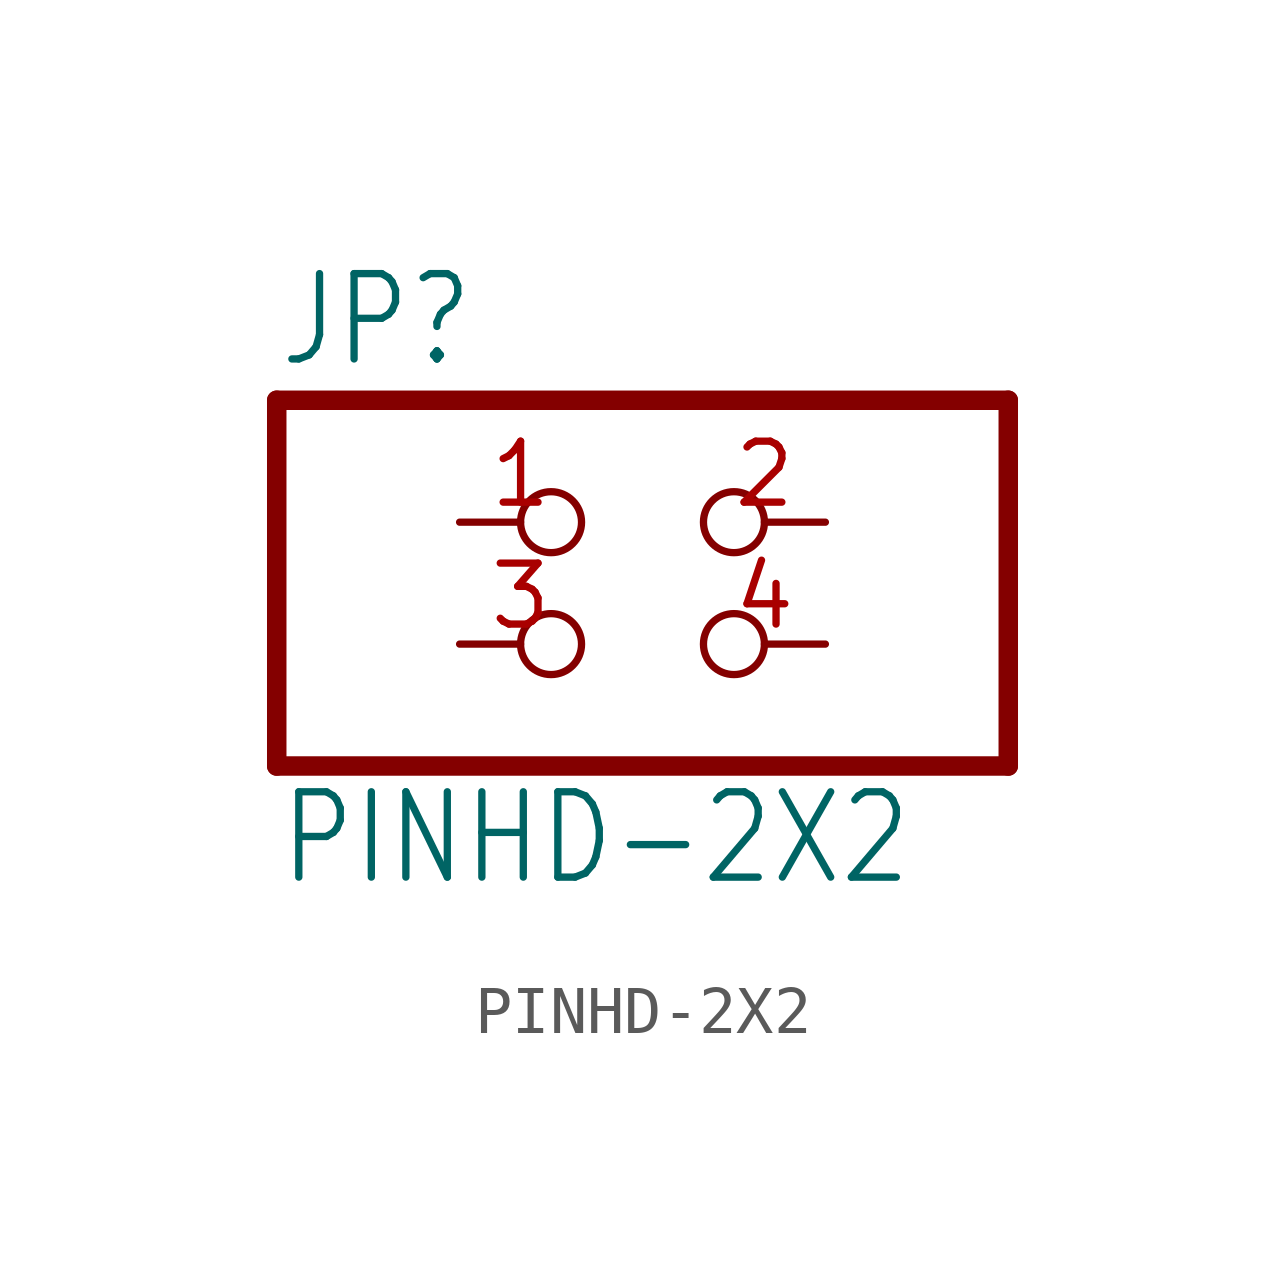
<source format=kicad_sym>
(kicad_symbol_lib
  (version 20211014)
  (generator kicad_symbol_editor)
  (symbol "PINHD-2X2"
    (property "Reference" "JP"
      (at -8.89 5.715 0)
      (effects (font (size 1.778 1.511)) (justify left bottom)))
    (property "Value" "PINHD-2X2"
      (at -8.89 -5.08 0)
      (effects (font (size 1.778 1.511)) (justify left bottom)))
    (property "ki_locked" ""
      (at 0 0 0)
      (effects (font (size 1.27 1.27))))
    (symbol "PINHD-2X2_1_0"
      (polyline (pts (xy -8.89 -2.54) (xy 6.35 -2.54)) (stroke (width 0.406) (type default)) (fill (type none)))
      (polyline (pts (xy -8.89 5.08) (xy -8.89 -2.54)) (stroke (width 0.406) (type default)) (fill (type none)))
      (polyline (pts (xy 6.35 -2.54) (xy 6.35 5.08)) (stroke (width 0.406) (type default)) (fill (type none)))
      (polyline (pts (xy 6.35 5.08) (xy -8.89 5.08)) (stroke (width 0.406) (type default)) (fill (type none)))
      (pin passive inverted (at -5.08 2.54 0) (length 2.54) (name "1" (effects (font (size 0 0)))) (number "1" (effects (font (size 1.27 1.27)))))
      (pin passive inverted (at 2.54 2.54 180) (length 2.54) (name "2" (effects (font (size 0 0)))) (number "2" (effects (font (size 1.27 1.27)))))
      (pin passive inverted (at -5.08 0 0) (length 2.54) (name "3" (effects (font (size 0 0)))) (number "3" (effects (font (size 1.27 1.27)))))
      (pin passive inverted (at 2.54 0 180) (length 2.54) (name "4" (effects (font (size 0 0)))) (number "4" (effects (font (size 1.27 1.27))))))))
</source>
